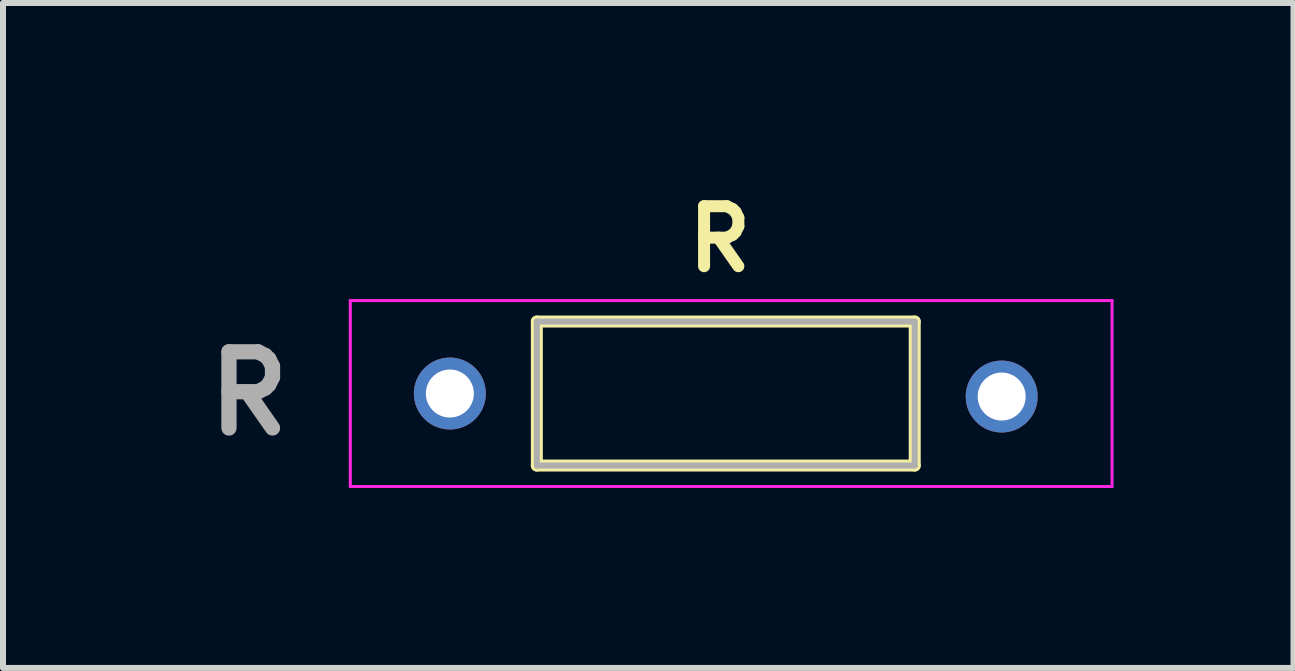
<source format=kicad_pcb>
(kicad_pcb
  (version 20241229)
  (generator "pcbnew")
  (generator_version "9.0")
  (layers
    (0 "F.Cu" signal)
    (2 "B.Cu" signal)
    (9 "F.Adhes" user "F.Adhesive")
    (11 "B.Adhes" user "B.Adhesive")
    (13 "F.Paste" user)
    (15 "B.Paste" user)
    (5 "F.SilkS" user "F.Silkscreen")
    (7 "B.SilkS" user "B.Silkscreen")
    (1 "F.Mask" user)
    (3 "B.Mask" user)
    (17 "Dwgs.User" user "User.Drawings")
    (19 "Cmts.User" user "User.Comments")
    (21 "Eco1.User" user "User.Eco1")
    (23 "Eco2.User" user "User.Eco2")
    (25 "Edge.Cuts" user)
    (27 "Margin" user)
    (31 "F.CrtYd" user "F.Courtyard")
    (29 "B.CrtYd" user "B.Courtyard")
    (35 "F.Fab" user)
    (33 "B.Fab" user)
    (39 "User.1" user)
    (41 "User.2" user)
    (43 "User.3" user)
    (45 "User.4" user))
  (footprint "R"
    (layer "F.Cu")
    (at 0.25 3.561)
    (property "Reference" "R" (at 8.7 -2.625 0) (unlocked yes) (layer "F.SilkS") (effects (font (size 1 1) (thickness 0.2) (bold yes))))
    (attr through_hole)
    (fp_line (start 5.65 -1.25) (end 11.95 -1.25) (stroke (width 0.2) (type solid)) (layer "F.SilkS"))
    (fp_line (start 5.65 1.15) (end 5.65 -1.25) (stroke (width 0.2) (type solid)) (layer "F.SilkS"))
    (fp_line (start 11.95 -1.25) (end 11.95 1.15) (stroke (width 0.2) (type solid)) (layer "F.SilkS"))
    (fp_line (start 11.95 1.15) (end 5.65 1.15) (stroke (width 0.2) (type solid)) (layer "F.SilkS"))
    (fp_line (start 2.54 -1.6) (end 15.24 -1.6) (stroke (width 0.05) (type solid)) (layer "F.CrtYd"))
    (fp_line (start 2.54 1.5) (end 2.54 -1.6) (stroke (width 0.05) (type solid)) (layer "F.CrtYd"))
    (fp_line (start 15.24 -1.6) (end 15.24 1.5) (stroke (width 0.05) (type solid)) (layer "F.CrtYd"))
    (fp_line (start 15.24 1.5) (end 2.54 1.5) (stroke (width 0.05) (type solid)) (layer "F.CrtYd"))
    (fp_line (start 5.65 -1.25) (end 11.95 -1.25) (stroke (width 0.1) (type solid)) (layer "F.Fab"))
    (fp_line (start 5.65 1.15) (end 5.65 -1.25) (stroke (width 0.1) (type solid)) (layer "F.Fab"))
    (fp_line (start 11.95 -1.25) (end 11.95 1.15) (stroke (width 0.1) (type solid)) (layer "F.Fab"))
    (fp_line (start 11.95 1.15) (end 5.65 1.15) (stroke (width 0.1) (type solid)) (layer "F.Fab"))
    (fp_text user "${REFERENCE}" (at 0.85 -0.05 0) (layer "F.Fab") (effects (font (size 1.27 1.27) (thickness 0.254))))
    (pad "1" thru_hole circle (at 4.2 -0.05) (size 1.2 1.2) (drill 0.8) (layers "*.Cu" "*.Mask"))
    (pad "2" thru_hole circle (at 13.4 0) (size 1.2 1.2) (drill 0.8) (layers "*.Cu" "*.Mask")))
  (gr_rect
    (start -3 -3)
    (end 18.515 8.086)
    (stroke (width 0.1) (type default))
    (fill no)
    (layer "Edge.Cuts")))
</source>
